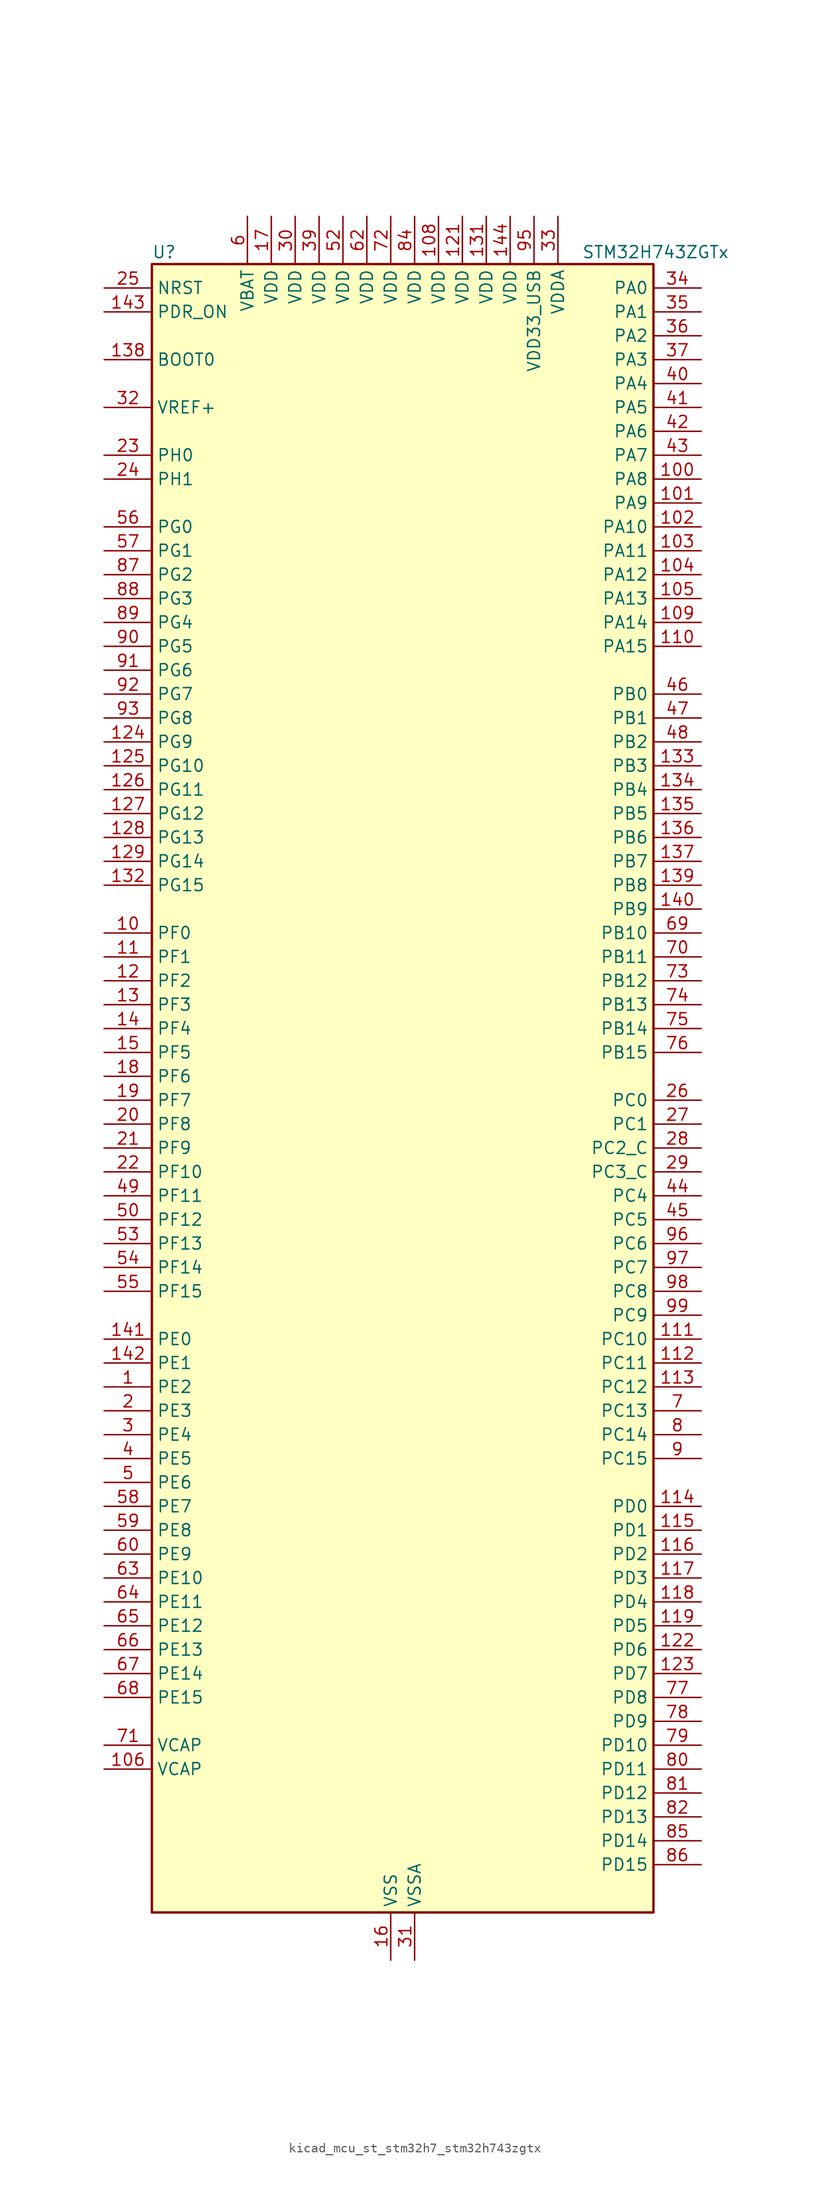
<source format=kicad_sym>
(kicad_symbol_lib
  (version 20220914)
  (generator kicad_symbol_editor)
  (symbol "kicad_mcu_st_stm32h7_stm32h743zgtx"
    (property "Reference" "U"
      (at -25.4 90.17 0)
      (effects (font (size 1.27 1.27)) (justify left)))
    (property "Value" "STM32H743ZGTx"
      (at 20.32 90.17 0)
      (effects (font (size 1.27 1.27)) (justify left)))
    (property "ki_locked" ""
      (at 0 0 0)
      (effects (font (size 1.27 1.27))))
    (symbol "kicad_mcu_st_stm32h7_stm32h743zgtx_0_1"
      (rectangle (start -25.4 -86.36) (end 27.94 88.9) (stroke (width 0.254) (type default)) (fill (type background))))
    (symbol "kicad_mcu_st_stm32h7_stm32h743zgtx_1_1"
      (pin bidirectional line (at -30.48 -30.48 0) (length 5.08) (name "PE2" (effects (font (size 1.27 1.27)))) (number "1" (effects (font (size 1.27 1.27)))) (alternate "DEBUG_TRACECLK" bidirectional line) (alternate "ETH_TXD3" bidirectional line) (alternate "FMC_A23" bidirectional line) (alternate "QUADSPI_BK1_IO2" bidirectional line) (alternate "SAI1_CK1" bidirectional line) (alternate "SAI1_MCLK_A" bidirectional line) (alternate "SAI4_CK1" bidirectional line) (alternate "SAI4_MCLK_A" bidirectional line) (alternate "SPI4_SCK" bidirectional line))
      (pin bidirectional line (at -30.48 17.78 0) (length 5.08) (name "PF0" (effects (font (size 1.27 1.27)))) (number "10" (effects (font (size 1.27 1.27)))) (alternate "FMC_A0" bidirectional line) (alternate "I2C2_SDA" bidirectional line))
      (pin bidirectional line (at 33.02 66.04 180) (length 5.08) (name "PA8" (effects (font (size 1.27 1.27)))) (number "100" (effects (font (size 1.27 1.27)))) (alternate "HRTIM_CHB2" bidirectional line) (alternate "I2C3_SCL" bidirectional line) (alternate "LTDC_B3" bidirectional line) (alternate "LTDC_R6" bidirectional line) (alternate "RCC_MCO_1" bidirectional line) (alternate "TIM1_CH1" bidirectional line) (alternate "TIM8_BKIN2" bidirectional line) (alternate "TIM8_BKIN2_COMP1" bidirectional line) (alternate "TIM8_BKIN2_COMP2" bidirectional line) (alternate "UART7_RX" bidirectional line) (alternate "USART1_CK" bidirectional line) (alternate "USB_OTG_FS_SOF" bidirectional line))
      (pin bidirectional line (at 33.02 63.5 180) (length 5.08) (name "PA9" (effects (font (size 1.27 1.27)))) (number "101" (effects (font (size 1.27 1.27)))) (alternate "DAC1_EXTI9" bidirectional line) (alternate "DCMI_D0" bidirectional line) (alternate "HRTIM_CHC1" bidirectional line) (alternate "I2C3_SMBA" bidirectional line) (alternate "I2S2_CK" bidirectional line) (alternate "LPUART1_TX" bidirectional line) (alternate "LTDC_R5" bidirectional line) (alternate "SPI2_SCK" bidirectional line) (alternate "TIM1_CH2" bidirectional line) (alternate "USART1_TX" bidirectional line) (alternate "USB_OTG_FS_VBUS" bidirectional line))
      (pin bidirectional line (at 33.02 60.96 180) (length 5.08) (name "PA10" (effects (font (size 1.27 1.27)))) (number "102" (effects (font (size 1.27 1.27)))) (alternate "DCMI_D1" bidirectional line) (alternate "HRTIM_CHC2" bidirectional line) (alternate "LPUART1_RX" bidirectional line) (alternate "LTDC_B1" bidirectional line) (alternate "LTDC_B4" bidirectional line) (alternate "MDIOS_MDIO" bidirectional line) (alternate "TIM1_CH3" bidirectional line) (alternate "USART1_RX" bidirectional line) (alternate "USB_OTG_FS_ID" bidirectional line))
      (pin bidirectional line (at 33.02 58.42 180) (length 5.08) (name "PA11" (effects (font (size 1.27 1.27)))) (number "103" (effects (font (size 1.27 1.27)))) (alternate "ADC1_EXTI11" bidirectional line) (alternate "ADC2_EXTI11" bidirectional line) (alternate "ADC3_EXTI11" bidirectional line) (alternate "FDCAN1_RX" bidirectional line) (alternate "HRTIM_CHD1" bidirectional line) (alternate "I2S2_WS" bidirectional line) (alternate "LPUART1_CTS" bidirectional line) (alternate "LTDC_R4" bidirectional line) (alternate "SPI2_NSS" bidirectional line) (alternate "TIM1_CH4" bidirectional line) (alternate "UART4_RX" bidirectional line) (alternate "USART1_CTS" bidirectional line) (alternate "USART1_NSS" bidirectional line) (alternate "USB_OTG_FS_DM" bidirectional line))
      (pin bidirectional line (at 33.02 55.88 180) (length 5.08) (name "PA12" (effects (font (size 1.27 1.27)))) (number "104" (effects (font (size 1.27 1.27)))) (alternate "FDCAN1_TX" bidirectional line) (alternate "HRTIM_CHD2" bidirectional line) (alternate "I2S2_CK" bidirectional line) (alternate "LPUART1_DE" bidirectional line) (alternate "LPUART1_RTS" bidirectional line) (alternate "LTDC_R5" bidirectional line) (alternate "SAI2_FS_B" bidirectional line) (alternate "SPI2_SCK" bidirectional line) (alternate "TIM1_ETR" bidirectional line) (alternate "UART4_TX" bidirectional line) (alternate "USART1_DE" bidirectional line) (alternate "USART1_RTS" bidirectional line) (alternate "USB_OTG_FS_DP" bidirectional line))
      (pin bidirectional line (at 33.02 53.34 180) (length 5.08) (name "PA13" (effects (font (size 1.27 1.27)))) (number "105" (effects (font (size 1.27 1.27)))) (alternate "DEBUG_JTMS-SWDIO" bidirectional line))
      (pin power_out line (at -30.48 -71.12 0) (length 5.08) (name "VCAP" (effects (font (size 1.27 1.27)))) (number "106" (effects (font (size 1.27 1.27)))))
      (pin passive line (at 0 -91.44 90) (length 5.08) hide (name "VSS" (effects (font (size 1.27 1.27)))) (number "107" (effects (font (size 1.27 1.27)))))
      (pin power_in line (at 5.08 93.98 270) (length 5.08) (name "VDD" (effects (font (size 1.27 1.27)))) (number "108" (effects (font (size 1.27 1.27)))))
      (pin bidirectional line (at 33.02 50.8 180) (length 5.08) (name "PA14" (effects (font (size 1.27 1.27)))) (number "109" (effects (font (size 1.27 1.27)))) (alternate "DEBUG_JTCK-SWCLK" bidirectional line))
      (pin bidirectional line (at -30.48 15.24 0) (length 5.08) (name "PF1" (effects (font (size 1.27 1.27)))) (number "11" (effects (font (size 1.27 1.27)))) (alternate "FMC_A1" bidirectional line) (alternate "I2C2_SCL" bidirectional line))
      (pin bidirectional line (at 33.02 48.26 180) (length 5.08) (name "PA15" (effects (font (size 1.27 1.27)))) (number "110" (effects (font (size 1.27 1.27)))) (alternate "ADC1_EXTI15" bidirectional line) (alternate "ADC2_EXTI15" bidirectional line) (alternate "ADC3_EXTI15" bidirectional line) (alternate "CEC" bidirectional line) (alternate "DEBUG_JTDI" bidirectional line) (alternate "HRTIM_FLT1" bidirectional line) (alternate "I2S1_WS" bidirectional line) (alternate "I2S3_WS" bidirectional line) (alternate "SPI1_NSS" bidirectional line) (alternate "SPI3_NSS" bidirectional line) (alternate "SPI6_NSS" bidirectional line) (alternate "TIM2_CH1" bidirectional line) (alternate "TIM2_ETR" bidirectional line) (alternate "UART4_DE" bidirectional line) (alternate "UART4_RTS" bidirectional line) (alternate "UART7_TX" bidirectional line))
      (pin bidirectional line (at 33.02 -25.4 180) (length 5.08) (name "PC10" (effects (font (size 1.27 1.27)))) (number "111" (effects (font (size 1.27 1.27)))) (alternate "DCMI_D8" bidirectional line) (alternate "DFSDM1_CKIN5" bidirectional line) (alternate "HRTIM_EEV1" bidirectional line) (alternate "I2S3_CK" bidirectional line) (alternate "LTDC_R2" bidirectional line) (alternate "QUADSPI_BK1_IO1" bidirectional line) (alternate "SDMMC1_D2" bidirectional line) (alternate "SPI3_SCK" bidirectional line) (alternate "UART4_TX" bidirectional line) (alternate "USART3_TX" bidirectional line))
      (pin bidirectional line (at 33.02 -27.94 180) (length 5.08) (name "PC11" (effects (font (size 1.27 1.27)))) (number "112" (effects (font (size 1.27 1.27)))) (alternate "ADC1_EXTI11" bidirectional line) (alternate "ADC2_EXTI11" bidirectional line) (alternate "ADC3_EXTI11" bidirectional line) (alternate "DCMI_D4" bidirectional line) (alternate "DFSDM1_DATIN5" bidirectional line) (alternate "HRTIM_FLT2" bidirectional line) (alternate "I2S3_SDI" bidirectional line) (alternate "QUADSPI_BK2_NCS" bidirectional line) (alternate "SDMMC1_D3" bidirectional line) (alternate "SPI3_MISO" bidirectional line) (alternate "UART4_RX" bidirectional line) (alternate "USART3_RX" bidirectional line))
      (pin bidirectional line (at 33.02 -30.48 180) (length 5.08) (name "PC12" (effects (font (size 1.27 1.27)))) (number "113" (effects (font (size 1.27 1.27)))) (alternate "DCMI_D9" bidirectional line) (alternate "DEBUG_TRACED3" bidirectional line) (alternate "HRTIM_EEV2" bidirectional line) (alternate "I2S3_SDO" bidirectional line) (alternate "SDMMC1_CK" bidirectional line) (alternate "SPI3_MOSI" bidirectional line) (alternate "UART5_TX" bidirectional line) (alternate "USART3_CK" bidirectional line))
      (pin bidirectional line (at 33.02 -43.18 180) (length 5.08) (name "PD0" (effects (font (size 1.27 1.27)))) (number "114" (effects (font (size 1.27 1.27)))) (alternate "DFSDM1_CKIN6" bidirectional line) (alternate "FDCAN1_RX" bidirectional line) (alternate "FMC_D2" bidirectional line) (alternate "FMC_DA2" bidirectional line) (alternate "SAI3_SCK_A" bidirectional line) (alternate "UART4_RX" bidirectional line))
      (pin bidirectional line (at 33.02 -45.72 180) (length 5.08) (name "PD1" (effects (font (size 1.27 1.27)))) (number "115" (effects (font (size 1.27 1.27)))) (alternate "DFSDM1_DATIN6" bidirectional line) (alternate "FDCAN1_TX" bidirectional line) (alternate "FMC_D3" bidirectional line) (alternate "FMC_DA3" bidirectional line) (alternate "SAI3_SD_A" bidirectional line) (alternate "UART4_TX" bidirectional line))
      (pin bidirectional line (at 33.02 -48.26 180) (length 5.08) (name "PD2" (effects (font (size 1.27 1.27)))) (number "116" (effects (font (size 1.27 1.27)))) (alternate "DCMI_D11" bidirectional line) (alternate "DEBUG_TRACED2" bidirectional line) (alternate "SDMMC1_CMD" bidirectional line) (alternate "TIM3_ETR" bidirectional line) (alternate "UART5_RX" bidirectional line))
      (pin bidirectional line (at 33.02 -50.8 180) (length 5.08) (name "PD3" (effects (font (size 1.27 1.27)))) (number "117" (effects (font (size 1.27 1.27)))) (alternate "DCMI_D5" bidirectional line) (alternate "DFSDM1_CKOUT" bidirectional line) (alternate "FMC_CLK" bidirectional line) (alternate "I2S2_CK" bidirectional line) (alternate "LTDC_G7" bidirectional line) (alternate "SPI2_SCK" bidirectional line) (alternate "USART2_CTS" bidirectional line) (alternate "USART2_NSS" bidirectional line))
      (pin bidirectional line (at 33.02 -53.34 180) (length 5.08) (name "PD4" (effects (font (size 1.27 1.27)))) (number "118" (effects (font (size 1.27 1.27)))) (alternate "FMC_NOE" bidirectional line) (alternate "HRTIM_FLT3" bidirectional line) (alternate "SAI3_FS_A" bidirectional line) (alternate "USART2_DE" bidirectional line) (alternate "USART2_RTS" bidirectional line))
      (pin bidirectional line (at 33.02 -55.88 180) (length 5.08) (name "PD5" (effects (font (size 1.27 1.27)))) (number "119" (effects (font (size 1.27 1.27)))) (alternate "FMC_NWE" bidirectional line) (alternate "HRTIM_EEV3" bidirectional line) (alternate "USART2_TX" bidirectional line))
      (pin bidirectional line (at -30.48 12.7 0) (length 5.08) (name "PF2" (effects (font (size 1.27 1.27)))) (number "12" (effects (font (size 1.27 1.27)))) (alternate "FMC_A2" bidirectional line) (alternate "I2C2_SMBA" bidirectional line))
      (pin passive line (at 0 -91.44 90) (length 5.08) hide (name "VSS" (effects (font (size 1.27 1.27)))) (number "120" (effects (font (size 1.27 1.27)))))
      (pin power_in line (at 7.62 93.98 270) (length 5.08) (name "VDD" (effects (font (size 1.27 1.27)))) (number "121" (effects (font (size 1.27 1.27)))))
      (pin bidirectional line (at 33.02 -58.42 180) (length 5.08) (name "PD6" (effects (font (size 1.27 1.27)))) (number "122" (effects (font (size 1.27 1.27)))) (alternate "DCMI_D10" bidirectional line) (alternate "DFSDM1_CKIN4" bidirectional line) (alternate "DFSDM1_DATIN1" bidirectional line) (alternate "FMC_NWAIT" bidirectional line) (alternate "I2S3_SDO" bidirectional line) (alternate "LTDC_B2" bidirectional line) (alternate "SAI1_D1" bidirectional line) (alternate "SAI1_SD_A" bidirectional line) (alternate "SAI4_D1" bidirectional line) (alternate "SAI4_SD_A" bidirectional line) (alternate "SDMMC2_CK" bidirectional line) (alternate "SPI3_MOSI" bidirectional line) (alternate "USART2_RX" bidirectional line))
      (pin bidirectional line (at 33.02 -60.96 180) (length 5.08) (name "PD7" (effects (font (size 1.27 1.27)))) (number "123" (effects (font (size 1.27 1.27)))) (alternate "DFSDM1_CKIN1" bidirectional line) (alternate "DFSDM1_DATIN4" bidirectional line) (alternate "FMC_NE1" bidirectional line) (alternate "I2S1_SDO" bidirectional line) (alternate "SDMMC2_CMD" bidirectional line) (alternate "SPDIFRX1_IN0" bidirectional line) (alternate "SPI1_MOSI" bidirectional line) (alternate "USART2_CK" bidirectional line))
      (pin bidirectional line (at -30.48 38.1 0) (length 5.08) (name "PG9" (effects (font (size 1.27 1.27)))) (number "124" (effects (font (size 1.27 1.27)))) (alternate "DAC1_EXTI9" bidirectional line) (alternate "DCMI_VSYNC" bidirectional line) (alternate "FMC_NCE" bidirectional line) (alternate "FMC_NE2" bidirectional line) (alternate "I2S1_SDI" bidirectional line) (alternate "QUADSPI_BK2_IO2" bidirectional line) (alternate "SAI2_FS_B" bidirectional line) (alternate "SPDIFRX1_IN3" bidirectional line) (alternate "SPI1_MISO" bidirectional line) (alternate "USART6_RX" bidirectional line))
      (pin bidirectional line (at -30.48 35.56 0) (length 5.08) (name "PG10" (effects (font (size 1.27 1.27)))) (number "125" (effects (font (size 1.27 1.27)))) (alternate "DCMI_D2" bidirectional line) (alternate "FMC_NE3" bidirectional line) (alternate "HRTIM_FLT5" bidirectional line) (alternate "I2S1_WS" bidirectional line) (alternate "LTDC_B2" bidirectional line) (alternate "LTDC_G3" bidirectional line) (alternate "SAI2_SD_B" bidirectional line) (alternate "SPI1_NSS" bidirectional line))
      (pin bidirectional line (at -30.48 33.02 0) (length 5.08) (name "PG11" (effects (font (size 1.27 1.27)))) (number "126" (effects (font (size 1.27 1.27)))) (alternate "ADC1_EXTI11" bidirectional line) (alternate "ADC2_EXTI11" bidirectional line) (alternate "ADC3_EXTI11" bidirectional line) (alternate "DCMI_D3" bidirectional line) (alternate "ETH_TX_EN" bidirectional line) (alternate "HRTIM_EEV4" bidirectional line) (alternate "I2S1_CK" bidirectional line) (alternate "LPTIM1_IN2" bidirectional line) (alternate "LTDC_B3" bidirectional line) (alternate "SDMMC2_D2" bidirectional line) (alternate "SPDIFRX1_IN0" bidirectional line) (alternate "SPI1_SCK" bidirectional line))
      (pin bidirectional line (at -30.48 30.48 0) (length 5.08) (name "PG12" (effects (font (size 1.27 1.27)))) (number "127" (effects (font (size 1.27 1.27)))) (alternate "ETH_TXD1" bidirectional line) (alternate "FMC_NE4" bidirectional line) (alternate "HRTIM_EEV5" bidirectional line) (alternate "LPTIM1_IN1" bidirectional line) (alternate "LTDC_B1" bidirectional line) (alternate "LTDC_B4" bidirectional line) (alternate "SPDIFRX1_IN1" bidirectional line) (alternate "SPI6_MISO" bidirectional line) (alternate "USART6_DE" bidirectional line) (alternate "USART6_RTS" bidirectional line))
      (pin bidirectional line (at -30.48 27.94 0) (length 5.08) (name "PG13" (effects (font (size 1.27 1.27)))) (number "128" (effects (font (size 1.27 1.27)))) (alternate "DEBUG_TRACED0" bidirectional line) (alternate "ETH_TXD0" bidirectional line) (alternate "FMC_A24" bidirectional line) (alternate "HRTIM_EEV10" bidirectional line) (alternate "LPTIM1_OUT" bidirectional line) (alternate "LTDC_R0" bidirectional line) (alternate "SPI6_SCK" bidirectional line) (alternate "USART6_CTS" bidirectional line) (alternate "USART6_NSS" bidirectional line))
      (pin bidirectional line (at -30.48 25.4 0) (length 5.08) (name "PG14" (effects (font (size 1.27 1.27)))) (number "129" (effects (font (size 1.27 1.27)))) (alternate "DEBUG_TRACED1" bidirectional line) (alternate "ETH_TXD1" bidirectional line) (alternate "FMC_A25" bidirectional line) (alternate "LPTIM1_ETR" bidirectional line) (alternate "LTDC_B0" bidirectional line) (alternate "QUADSPI_BK2_IO3" bidirectional line) (alternate "SPI6_MOSI" bidirectional line) (alternate "USART6_TX" bidirectional line))
      (pin bidirectional line (at -30.48 10.16 0) (length 5.08) (name "PF3" (effects (font (size 1.27 1.27)))) (number "13" (effects (font (size 1.27 1.27)))) (alternate "ADC3_INP5" bidirectional line) (alternate "FMC_A3" bidirectional line))
      (pin passive line (at 0 -91.44 90) (length 5.08) hide (name "VSS" (effects (font (size 1.27 1.27)))) (number "130" (effects (font (size 1.27 1.27)))))
      (pin power_in line (at 10.16 93.98 270) (length 5.08) (name "VDD" (effects (font (size 1.27 1.27)))) (number "131" (effects (font (size 1.27 1.27)))))
      (pin bidirectional line (at -30.48 22.86 0) (length 5.08) (name "PG15" (effects (font (size 1.27 1.27)))) (number "132" (effects (font (size 1.27 1.27)))) (alternate "ADC1_EXTI15" bidirectional line) (alternate "ADC2_EXTI15" bidirectional line) (alternate "ADC3_EXTI15" bidirectional line) (alternate "DCMI_D13" bidirectional line) (alternate "FMC_SDNCAS" bidirectional line) (alternate "USART6_CTS" bidirectional line) (alternate "USART6_NSS" bidirectional line))
      (pin bidirectional line (at 33.02 35.56 180) (length 5.08) (name "PB3" (effects (font (size 1.27 1.27)))) (number "133" (effects (font (size 1.27 1.27)))) (alternate "CRS_SYNC" bidirectional line) (alternate "DEBUG_JTDO-SWO" bidirectional line) (alternate "HRTIM_FLT4" bidirectional line) (alternate "I2S1_CK" bidirectional line) (alternate "I2S3_CK" bidirectional line) (alternate "SDMMC2_D2" bidirectional line) (alternate "SPI1_SCK" bidirectional line) (alternate "SPI3_SCK" bidirectional line) (alternate "SPI6_SCK" bidirectional line) (alternate "TIM2_CH2" bidirectional line) (alternate "UART7_RX" bidirectional line))
      (pin bidirectional line (at 33.02 33.02 180) (length 5.08) (name "PB4" (effects (font (size 1.27 1.27)))) (number "134" (effects (font (size 1.27 1.27)))) (alternate "DEBUG_JTRST" bidirectional line) (alternate "HRTIM_EEV6" bidirectional line) (alternate "I2S1_SDI" bidirectional line) (alternate "I2S2_WS" bidirectional line) (alternate "I2S3_SDI" bidirectional line) (alternate "SDMMC2_D3" bidirectional line) (alternate "SPI1_MISO" bidirectional line) (alternate "SPI2_NSS" bidirectional line) (alternate "SPI3_MISO" bidirectional line) (alternate "SPI6_MISO" bidirectional line) (alternate "TIM16_BKIN" bidirectional line) (alternate "TIM3_CH1" bidirectional line) (alternate "UART7_TX" bidirectional line))
      (pin bidirectional line (at 33.02 30.48 180) (length 5.08) (name "PB5" (effects (font (size 1.27 1.27)))) (number "135" (effects (font (size 1.27 1.27)))) (alternate "DCMI_D10" bidirectional line) (alternate "ETH_PPS_OUT" bidirectional line) (alternate "FDCAN2_RX" bidirectional line) (alternate "FMC_SDCKE1" bidirectional line) (alternate "HRTIM_EEV7" bidirectional line) (alternate "I2C1_SMBA" bidirectional line) (alternate "I2C4_SMBA" bidirectional line) (alternate "I2S1_SDO" bidirectional line) (alternate "I2S3_SDO" bidirectional line) (alternate "SPI1_MOSI" bidirectional line) (alternate "SPI3_MOSI" bidirectional line) (alternate "SPI6_MOSI" bidirectional line) (alternate "TIM17_BKIN" bidirectional line) (alternate "TIM3_CH2" bidirectional line) (alternate "UART5_RX" bidirectional line) (alternate "USB_OTG_HS_ULPI_D7" bidirectional line))
      (pin bidirectional line (at 33.02 27.94 180) (length 5.08) (name "PB6" (effects (font (size 1.27 1.27)))) (number "136" (effects (font (size 1.27 1.27)))) (alternate "CEC" bidirectional line) (alternate "DCMI_D5" bidirectional line) (alternate "DFSDM1_DATIN5" bidirectional line) (alternate "FDCAN2_TX" bidirectional line) (alternate "FMC_SDNE1" bidirectional line) (alternate "HRTIM_EEV8" bidirectional line) (alternate "I2C1_SCL" bidirectional line) (alternate "I2C4_SCL" bidirectional line) (alternate "LPUART1_TX" bidirectional line) (alternate "QUADSPI_BK1_NCS" bidirectional line) (alternate "TIM16_CH1N" bidirectional line) (alternate "TIM4_CH1" bidirectional line) (alternate "UART5_TX" bidirectional line) (alternate "USART1_TX" bidirectional line))
      (pin bidirectional line (at 33.02 25.4 180) (length 5.08) (name "PB7" (effects (font (size 1.27 1.27)))) (number "137" (effects (font (size 1.27 1.27)))) (alternate "DCMI_VSYNC" bidirectional line) (alternate "DFSDM1_CKIN5" bidirectional line) (alternate "FMC_NL" bidirectional line) (alternate "HRTIM_EEV9" bidirectional line) (alternate "I2C1_SDA" bidirectional line) (alternate "I2C4_SDA" bidirectional line) (alternate "LPUART1_RX" bidirectional line) (alternate "PWR_PVD_IN" bidirectional line) (alternate "TIM17_CH1N" bidirectional line) (alternate "TIM4_CH2" bidirectional line) (alternate "USART1_RX" bidirectional line))
      (pin input line (at -30.48 78.74 0) (length 5.08) (name "BOOT0" (effects (font (size 1.27 1.27)))) (number "138" (effects (font (size 1.27 1.27)))))
      (pin bidirectional line (at 33.02 22.86 180) (length 5.08) (name "PB8" (effects (font (size 1.27 1.27)))) (number "139" (effects (font (size 1.27 1.27)))) (alternate "DCMI_D6" bidirectional line) (alternate "DFSDM1_CKIN7" bidirectional line) (alternate "ETH_TXD3" bidirectional line) (alternate "FDCAN1_RX" bidirectional line) (alternate "I2C1_SCL" bidirectional line) (alternate "I2C4_SCL" bidirectional line) (alternate "LTDC_B6" bidirectional line) (alternate "SDMMC1_CKIN" bidirectional line) (alternate "SDMMC1_D4" bidirectional line) (alternate "SDMMC2_D4" bidirectional line) (alternate "TIM16_CH1" bidirectional line) (alternate "TIM4_CH3" bidirectional line) (alternate "UART4_RX" bidirectional line))
      (pin bidirectional line (at -30.48 7.62 0) (length 5.08) (name "PF4" (effects (font (size 1.27 1.27)))) (number "14" (effects (font (size 1.27 1.27)))) (alternate "ADC3_INN5" bidirectional line) (alternate "ADC3_INP9" bidirectional line) (alternate "FMC_A4" bidirectional line))
      (pin bidirectional line (at 33.02 20.32 180) (length 5.08) (name "PB9" (effects (font (size 1.27 1.27)))) (number "140" (effects (font (size 1.27 1.27)))) (alternate "DAC1_EXTI9" bidirectional line) (alternate "DCMI_D7" bidirectional line) (alternate "DFSDM1_DATIN7" bidirectional line) (alternate "FDCAN1_TX" bidirectional line) (alternate "I2C1_SDA" bidirectional line) (alternate "I2C4_SDA" bidirectional line) (alternate "I2C4_SMBA" bidirectional line) (alternate "I2S2_WS" bidirectional line) (alternate "LTDC_B7" bidirectional line) (alternate "SDMMC1_CDIR" bidirectional line) (alternate "SDMMC1_D5" bidirectional line) (alternate "SDMMC2_D5" bidirectional line) (alternate "SPI2_NSS" bidirectional line) (alternate "TIM17_CH1" bidirectional line) (alternate "TIM4_CH4" bidirectional line) (alternate "UART4_TX" bidirectional line))
      (pin bidirectional line (at -30.48 -25.4 0) (length 5.08) (name "PE0" (effects (font (size 1.27 1.27)))) (number "141" (effects (font (size 1.27 1.27)))) (alternate "DCMI_D2" bidirectional line) (alternate "FMC_NBL0" bidirectional line) (alternate "HRTIM_SCIN" bidirectional line) (alternate "LPTIM1_ETR" bidirectional line) (alternate "LPTIM2_ETR" bidirectional line) (alternate "SAI2_MCLK_A" bidirectional line) (alternate "TIM4_ETR" bidirectional line) (alternate "UART8_RX" bidirectional line))
      (pin bidirectional line (at -30.48 -27.94 0) (length 5.08) (name "PE1" (effects (font (size 1.27 1.27)))) (number "142" (effects (font (size 1.27 1.27)))) (alternate "DCMI_D3" bidirectional line) (alternate "FMC_NBL1" bidirectional line) (alternate "HRTIM_SCOUT" bidirectional line) (alternate "LPTIM1_IN2" bidirectional line) (alternate "UART8_TX" bidirectional line))
      (pin input line (at -30.48 83.82 0) (length 5.08) (name "PDR_ON" (effects (font (size 1.27 1.27)))) (number "143" (effects (font (size 1.27 1.27)))))
      (pin power_in line (at 12.7 93.98 270) (length 5.08) (name "VDD" (effects (font (size 1.27 1.27)))) (number "144" (effects (font (size 1.27 1.27)))))
      (pin bidirectional line (at -30.48 5.08 0) (length 5.08) (name "PF5" (effects (font (size 1.27 1.27)))) (number "15" (effects (font (size 1.27 1.27)))) (alternate "ADC3_INP4" bidirectional line) (alternate "FMC_A5" bidirectional line))
      (pin power_in line (at 0 -91.44 90) (length 5.08) (name "VSS" (effects (font (size 1.27 1.27)))) (number "16" (effects (font (size 1.27 1.27)))))
      (pin power_in line (at -12.7 93.98 270) (length 5.08) (name "VDD" (effects (font (size 1.27 1.27)))) (number "17" (effects (font (size 1.27 1.27)))))
      (pin bidirectional line (at -30.48 2.54 0) (length 5.08) (name "PF6" (effects (font (size 1.27 1.27)))) (number "18" (effects (font (size 1.27 1.27)))) (alternate "ADC3_INN4" bidirectional line) (alternate "ADC3_INP8" bidirectional line) (alternate "QUADSPI_BK1_IO3" bidirectional line) (alternate "SAI1_SD_B" bidirectional line) (alternate "SAI4_SD_B" bidirectional line) (alternate "SPI5_NSS" bidirectional line) (alternate "TIM16_CH1" bidirectional line) (alternate "UART7_RX" bidirectional line))
      (pin bidirectional line (at -30.48 0 0) (length 5.08) (name "PF7" (effects (font (size 1.27 1.27)))) (number "19" (effects (font (size 1.27 1.27)))) (alternate "ADC3_INP3" bidirectional line) (alternate "QUADSPI_BK1_IO2" bidirectional line) (alternate "SAI1_MCLK_B" bidirectional line) (alternate "SAI4_MCLK_B" bidirectional line) (alternate "SPI5_SCK" bidirectional line) (alternate "TIM17_CH1" bidirectional line) (alternate "UART7_TX" bidirectional line))
      (pin bidirectional line (at -30.48 -33.02 0) (length 5.08) (name "PE3" (effects (font (size 1.27 1.27)))) (number "2" (effects (font (size 1.27 1.27)))) (alternate "DEBUG_TRACED0" bidirectional line) (alternate "FMC_A19" bidirectional line) (alternate "SAI1_SD_B" bidirectional line) (alternate "SAI4_SD_B" bidirectional line) (alternate "TIM15_BKIN" bidirectional line))
      (pin bidirectional line (at -30.48 -2.54 0) (length 5.08) (name "PF8" (effects (font (size 1.27 1.27)))) (number "20" (effects (font (size 1.27 1.27)))) (alternate "ADC3_INN3" bidirectional line) (alternate "ADC3_INP7" bidirectional line) (alternate "QUADSPI_BK1_IO0" bidirectional line) (alternate "SAI1_SCK_B" bidirectional line) (alternate "SAI4_SCK_B" bidirectional line) (alternate "SPI5_MISO" bidirectional line) (alternate "TIM13_CH1" bidirectional line) (alternate "TIM16_CH1N" bidirectional line) (alternate "UART7_DE" bidirectional line) (alternate "UART7_RTS" bidirectional line))
      (pin bidirectional line (at -30.48 -5.08 0) (length 5.08) (name "PF9" (effects (font (size 1.27 1.27)))) (number "21" (effects (font (size 1.27 1.27)))) (alternate "ADC3_INP2" bidirectional line) (alternate "DAC1_EXTI9" bidirectional line) (alternate "QUADSPI_BK1_IO1" bidirectional line) (alternate "SAI1_FS_B" bidirectional line) (alternate "SAI4_FS_B" bidirectional line) (alternate "SPI5_MOSI" bidirectional line) (alternate "TIM14_CH1" bidirectional line) (alternate "TIM17_CH1N" bidirectional line) (alternate "UART7_CTS" bidirectional line))
      (pin bidirectional line (at -30.48 -7.62 0) (length 5.08) (name "PF10" (effects (font (size 1.27 1.27)))) (number "22" (effects (font (size 1.27 1.27)))) (alternate "ADC3_INN2" bidirectional line) (alternate "ADC3_INP6" bidirectional line) (alternate "DCMI_D11" bidirectional line) (alternate "LTDC_DE" bidirectional line) (alternate "QUADSPI_CLK" bidirectional line) (alternate "SAI1_D3" bidirectional line) (alternate "SAI4_D3" bidirectional line) (alternate "TIM16_BKIN" bidirectional line))
      (pin bidirectional line (at -30.48 68.58 0) (length 5.08) (name "PH0" (effects (font (size 1.27 1.27)))) (number "23" (effects (font (size 1.27 1.27)))) (alternate "RCC_OSC_IN" bidirectional line))
      (pin bidirectional line (at -30.48 66.04 0) (length 5.08) (name "PH1" (effects (font (size 1.27 1.27)))) (number "24" (effects (font (size 1.27 1.27)))) (alternate "RCC_OSC_OUT" bidirectional line))
      (pin input line (at -30.48 86.36 0) (length 5.08) (name "NRST" (effects (font (size 1.27 1.27)))) (number "25" (effects (font (size 1.27 1.27)))))
      (pin bidirectional line (at 33.02 0 180) (length 5.08) (name "PC0" (effects (font (size 1.27 1.27)))) (number "26" (effects (font (size 1.27 1.27)))) (alternate "ADC1_INP10" bidirectional line) (alternate "ADC2_INP10" bidirectional line) (alternate "ADC3_INP10" bidirectional line) (alternate "DFSDM1_CKIN0" bidirectional line) (alternate "DFSDM1_DATIN4" bidirectional line) (alternate "FMC_SDNWE" bidirectional line) (alternate "LTDC_R5" bidirectional line) (alternate "SAI2_FS_B" bidirectional line) (alternate "USB_OTG_HS_ULPI_STP" bidirectional line))
      (pin bidirectional line (at 33.02 -2.54 180) (length 5.08) (name "PC1" (effects (font (size 1.27 1.27)))) (number "27" (effects (font (size 1.27 1.27)))) (alternate "ADC1_INN10" bidirectional line) (alternate "ADC1_INP11" bidirectional line) (alternate "ADC2_INN10" bidirectional line) (alternate "ADC2_INP11" bidirectional line) (alternate "ADC3_INN10" bidirectional line) (alternate "ADC3_INP11" bidirectional line) (alternate "DEBUG_TRACED0" bidirectional line) (alternate "DFSDM1_CKIN4" bidirectional line) (alternate "DFSDM1_DATIN0" bidirectional line) (alternate "ETH_MDC" bidirectional line) (alternate "I2S2_SDO" bidirectional line) (alternate "MDIOS_MDC" bidirectional line) (alternate "PWR_WKUP5" bidirectional line) (alternate "RTC_TAMP3" bidirectional line) (alternate "SAI1_D1" bidirectional line) (alternate "SAI1_SD_A" bidirectional line) (alternate "SAI4_D1" bidirectional line) (alternate "SAI4_SD_A" bidirectional line) (alternate "SDMMC2_CK" bidirectional line) (alternate "SPI2_MOSI" bidirectional line))
      (pin bidirectional line (at 33.02 -5.08 180) (length 5.08) (name "PC2_C" (effects (font (size 1.27 1.27)))) (number "28" (effects (font (size 1.27 1.27)))) (alternate "ADC3_INN1" bidirectional line) (alternate "ADC3_INP0" bidirectional line) (alternate "DFSDM1_CKIN1" bidirectional line) (alternate "DFSDM1_CKOUT" bidirectional line) (alternate "ETH_TXD2" bidirectional line) (alternate "FMC_SDNE0" bidirectional line) (alternate "I2S2_SDI" bidirectional line) (alternate "PWR_CSTOP" bidirectional line) (alternate "SPI2_MISO" bidirectional line) (alternate "USB_OTG_HS_ULPI_DIR" bidirectional line))
      (pin bidirectional line (at 33.02 -7.62 180) (length 5.08) (name "PC3_C" (effects (font (size 1.27 1.27)))) (number "29" (effects (font (size 1.27 1.27)))) (alternate "ADC3_INP1" bidirectional line) (alternate "DFSDM1_DATIN1" bidirectional line) (alternate "ETH_TX_CLK" bidirectional line) (alternate "FMC_SDCKE0" bidirectional line) (alternate "I2S2_SDO" bidirectional line) (alternate "PWR_CSLEEP" bidirectional line) (alternate "SPI2_MOSI" bidirectional line) (alternate "USB_OTG_HS_ULPI_NXT" bidirectional line))
      (pin bidirectional line (at -30.48 -35.56 0) (length 5.08) (name "PE4" (effects (font (size 1.27 1.27)))) (number "3" (effects (font (size 1.27 1.27)))) (alternate "DCMI_D4" bidirectional line) (alternate "DEBUG_TRACED1" bidirectional line) (alternate "DFSDM1_DATIN3" bidirectional line) (alternate "FMC_A20" bidirectional line) (alternate "LTDC_B0" bidirectional line) (alternate "SAI1_D2" bidirectional line) (alternate "SAI1_FS_A" bidirectional line) (alternate "SAI4_D2" bidirectional line) (alternate "SAI4_FS_A" bidirectional line) (alternate "SPI4_NSS" bidirectional line) (alternate "TIM15_CH1N" bidirectional line))
      (pin power_in line (at -10.16 93.98 270) (length 5.08) (name "VDD" (effects (font (size 1.27 1.27)))) (number "30" (effects (font (size 1.27 1.27)))))
      (pin power_in line (at 2.54 -91.44 90) (length 5.08) (name "VSSA" (effects (font (size 1.27 1.27)))) (number "31" (effects (font (size 1.27 1.27)))))
      (pin input line (at -30.48 73.66 0) (length 5.08) (name "VREF+" (effects (font (size 1.27 1.27)))) (number "32" (effects (font (size 1.27 1.27)))) (alternate "VREFBUF_OUT" bidirectional line))
      (pin power_in line (at 17.78 93.98 270) (length 5.08) (name "VDDA" (effects (font (size 1.27 1.27)))) (number "33" (effects (font (size 1.27 1.27)))))
      (pin bidirectional line (at 33.02 86.36 180) (length 5.08) (name "PA0" (effects (font (size 1.27 1.27)))) (number "34" (effects (font (size 1.27 1.27)))) (alternate "ADC1_INP16" bidirectional line) (alternate "ETH_CRS" bidirectional line) (alternate "PWR_WKUP0" bidirectional line) (alternate "SAI2_SD_B" bidirectional line) (alternate "SDMMC2_CMD" bidirectional line) (alternate "TIM15_BKIN" bidirectional line) (alternate "TIM2_CH1" bidirectional line) (alternate "TIM2_ETR" bidirectional line) (alternate "TIM5_CH1" bidirectional line) (alternate "TIM8_ETR" bidirectional line) (alternate "UART4_TX" bidirectional line) (alternate "USART2_CTS" bidirectional line) (alternate "USART2_NSS" bidirectional line))
      (pin bidirectional line (at 33.02 83.82 180) (length 5.08) (name "PA1" (effects (font (size 1.27 1.27)))) (number "35" (effects (font (size 1.27 1.27)))) (alternate "ADC1_INN16" bidirectional line) (alternate "ADC1_INP17" bidirectional line) (alternate "ETH_REF_CLK" bidirectional line) (alternate "ETH_RX_CLK" bidirectional line) (alternate "LPTIM3_OUT" bidirectional line) (alternate "LTDC_R2" bidirectional line) (alternate "QUADSPI_BK1_IO3" bidirectional line) (alternate "SAI2_MCLK_B" bidirectional line) (alternate "TIM15_CH1N" bidirectional line) (alternate "TIM2_CH2" bidirectional line) (alternate "TIM5_CH2" bidirectional line) (alternate "UART4_RX" bidirectional line) (alternate "USART2_DE" bidirectional line) (alternate "USART2_RTS" bidirectional line))
      (pin bidirectional line (at 33.02 81.28 180) (length 5.08) (name "PA2" (effects (font (size 1.27 1.27)))) (number "36" (effects (font (size 1.27 1.27)))) (alternate "ADC1_INP14" bidirectional line) (alternate "ADC2_INP14" bidirectional line) (alternate "ETH_MDIO" bidirectional line) (alternate "LPTIM4_OUT" bidirectional line) (alternate "LTDC_R1" bidirectional line) (alternate "MDIOS_MDIO" bidirectional line) (alternate "PWR_WKUP1" bidirectional line) (alternate "SAI2_SCK_B" bidirectional line) (alternate "TIM15_CH1" bidirectional line) (alternate "TIM2_CH3" bidirectional line) (alternate "TIM5_CH3" bidirectional line) (alternate "USART2_TX" bidirectional line))
      (pin bidirectional line (at 33.02 78.74 180) (length 5.08) (name "PA3" (effects (font (size 1.27 1.27)))) (number "37" (effects (font (size 1.27 1.27)))) (alternate "ADC1_INP15" bidirectional line) (alternate "ADC2_INP15" bidirectional line) (alternate "ETH_COL" bidirectional line) (alternate "LPTIM5_OUT" bidirectional line) (alternate "LTDC_B2" bidirectional line) (alternate "LTDC_B5" bidirectional line) (alternate "TIM15_CH2" bidirectional line) (alternate "TIM2_CH4" bidirectional line) (alternate "TIM5_CH4" bidirectional line) (alternate "USART2_RX" bidirectional line) (alternate "USB_OTG_HS_ULPI_D0" bidirectional line))
      (pin passive line (at 0 -91.44 90) (length 5.08) hide (name "VSS" (effects (font (size 1.27 1.27)))) (number "38" (effects (font (size 1.27 1.27)))))
      (pin power_in line (at -7.62 93.98 270) (length 5.08) (name "VDD" (effects (font (size 1.27 1.27)))) (number "39" (effects (font (size 1.27 1.27)))))
      (pin bidirectional line (at -30.48 -38.1 0) (length 5.08) (name "PE5" (effects (font (size 1.27 1.27)))) (number "4" (effects (font (size 1.27 1.27)))) (alternate "DCMI_D6" bidirectional line) (alternate "DEBUG_TRACED2" bidirectional line) (alternate "DFSDM1_CKIN3" bidirectional line) (alternate "FMC_A21" bidirectional line) (alternate "LTDC_G0" bidirectional line) (alternate "SAI1_CK2" bidirectional line) (alternate "SAI1_SCK_A" bidirectional line) (alternate "SAI4_CK2" bidirectional line) (alternate "SAI4_SCK_A" bidirectional line) (alternate "SPI4_MISO" bidirectional line) (alternate "TIM15_CH1" bidirectional line))
      (pin bidirectional line (at 33.02 76.2 180) (length 5.08) (name "PA4" (effects (font (size 1.27 1.27)))) (number "40" (effects (font (size 1.27 1.27)))) (alternate "ADC1_INP18" bidirectional line) (alternate "ADC2_INP18" bidirectional line) (alternate "DAC1_OUT1" bidirectional line) (alternate "DCMI_HSYNC" bidirectional line) (alternate "I2S1_WS" bidirectional line) (alternate "I2S3_WS" bidirectional line) (alternate "LTDC_VSYNC" bidirectional line) (alternate "SPI1_NSS" bidirectional line) (alternate "SPI3_NSS" bidirectional line) (alternate "SPI6_NSS" bidirectional line) (alternate "TIM5_ETR" bidirectional line) (alternate "USART2_CK" bidirectional line) (alternate "USB_OTG_HS_SOF" bidirectional line))
      (pin bidirectional line (at 33.02 73.66 180) (length 5.08) (name "PA5" (effects (font (size 1.27 1.27)))) (number "41" (effects (font (size 1.27 1.27)))) (alternate "ADC1_INN18" bidirectional line) (alternate "ADC1_INP19" bidirectional line) (alternate "ADC2_INN18" bidirectional line) (alternate "ADC2_INP19" bidirectional line) (alternate "DAC1_OUT2" bidirectional line) (alternate "I2S1_CK" bidirectional line) (alternate "LTDC_R4" bidirectional line) (alternate "PWR_NDSTOP2" bidirectional line) (alternate "SPI1_SCK" bidirectional line) (alternate "SPI6_SCK" bidirectional line) (alternate "TIM2_CH1" bidirectional line) (alternate "TIM2_ETR" bidirectional line) (alternate "TIM8_CH1N" bidirectional line) (alternate "USB_OTG_HS_ULPI_CK" bidirectional line))
      (pin bidirectional line (at 33.02 71.12 180) (length 5.08) (name "PA6" (effects (font (size 1.27 1.27)))) (number "42" (effects (font (size 1.27 1.27)))) (alternate "ADC1_INP3" bidirectional line) (alternate "ADC2_INP3" bidirectional line) (alternate "DCMI_PIXCLK" bidirectional line) (alternate "I2S1_SDI" bidirectional line) (alternate "LTDC_G2" bidirectional line) (alternate "MDIOS_MDC" bidirectional line) (alternate "SPI1_MISO" bidirectional line) (alternate "SPI6_MISO" bidirectional line) (alternate "TIM13_CH1" bidirectional line) (alternate "TIM1_BKIN" bidirectional line) (alternate "TIM1_BKIN_COMP1" bidirectional line) (alternate "TIM1_BKIN_COMP2" bidirectional line) (alternate "TIM3_CH1" bidirectional line) (alternate "TIM8_BKIN" bidirectional line) (alternate "TIM8_BKIN_COMP1" bidirectional line) (alternate "TIM8_BKIN_COMP2" bidirectional line))
      (pin bidirectional line (at 33.02 68.58 180) (length 5.08) (name "PA7" (effects (font (size 1.27 1.27)))) (number "43" (effects (font (size 1.27 1.27)))) (alternate "ADC1_INN3" bidirectional line) (alternate "ADC1_INP7" bidirectional line) (alternate "ADC2_INN3" bidirectional line) (alternate "ADC2_INP7" bidirectional line) (alternate "ETH_CRS_DV" bidirectional line) (alternate "ETH_RX_DV" bidirectional line) (alternate "FMC_SDNWE" bidirectional line) (alternate "I2S1_SDO" bidirectional line) (alternate "OPAMP1_VINM" bidirectional line) (alternate "OPAMP1_VINM1" bidirectional line) (alternate "SPI1_MOSI" bidirectional line) (alternate "SPI6_MOSI" bidirectional line) (alternate "TIM14_CH1" bidirectional line) (alternate "TIM1_CH1N" bidirectional line) (alternate "TIM3_CH2" bidirectional line) (alternate "TIM8_CH1N" bidirectional line))
      (pin bidirectional line (at 33.02 -10.16 180) (length 5.08) (name "PC4" (effects (font (size 1.27 1.27)))) (number "44" (effects (font (size 1.27 1.27)))) (alternate "ADC1_INP4" bidirectional line) (alternate "ADC2_INP4" bidirectional line) (alternate "COMP1_INM" bidirectional line) (alternate "DFSDM1_CKIN2" bidirectional line) (alternate "ETH_RXD0" bidirectional line) (alternate "FMC_SDNE0" bidirectional line) (alternate "I2S1_MCK" bidirectional line) (alternate "OPAMP1_VOUT" bidirectional line) (alternate "SPDIFRX1_IN2" bidirectional line))
      (pin bidirectional line (at 33.02 -12.7 180) (length 5.08) (name "PC5" (effects (font (size 1.27 1.27)))) (number "45" (effects (font (size 1.27 1.27)))) (alternate "ADC1_INN4" bidirectional line) (alternate "ADC1_INP8" bidirectional line) (alternate "ADC2_INN4" bidirectional line) (alternate "ADC2_INP8" bidirectional line) (alternate "COMP1_OUT" bidirectional line) (alternate "DFSDM1_DATIN2" bidirectional line) (alternate "ETH_RXD1" bidirectional line) (alternate "FMC_SDCKE0" bidirectional line) (alternate "OPAMP1_VINM" bidirectional line) (alternate "OPAMP1_VINM0" bidirectional line) (alternate "SAI1_D3" bidirectional line) (alternate "SAI4_D3" bidirectional line) (alternate "SPDIFRX1_IN3" bidirectional line))
      (pin bidirectional line (at 33.02 43.18 180) (length 5.08) (name "PB0" (effects (font (size 1.27 1.27)))) (number "46" (effects (font (size 1.27 1.27)))) (alternate "ADC1_INN5" bidirectional line) (alternate "ADC1_INP9" bidirectional line) (alternate "ADC2_INN5" bidirectional line) (alternate "ADC2_INP9" bidirectional line) (alternate "COMP1_INP" bidirectional line) (alternate "DFSDM1_CKOUT" bidirectional line) (alternate "ETH_RXD2" bidirectional line) (alternate "LTDC_G1" bidirectional line) (alternate "LTDC_R3" bidirectional line) (alternate "OPAMP1_VINP" bidirectional line) (alternate "TIM1_CH2N" bidirectional line) (alternate "TIM3_CH3" bidirectional line) (alternate "TIM8_CH2N" bidirectional line) (alternate "UART4_CTS" bidirectional line) (alternate "USB_OTG_HS_ULPI_D1" bidirectional line))
      (pin bidirectional line (at 33.02 40.64 180) (length 5.08) (name "PB1" (effects (font (size 1.27 1.27)))) (number "47" (effects (font (size 1.27 1.27)))) (alternate "ADC1_INP5" bidirectional line) (alternate "ADC2_INP5" bidirectional line) (alternate "COMP1_INM" bidirectional line) (alternate "DFSDM1_DATIN1" bidirectional line) (alternate "ETH_RXD3" bidirectional line) (alternate "LTDC_G0" bidirectional line) (alternate "LTDC_R6" bidirectional line) (alternate "TIM1_CH3N" bidirectional line) (alternate "TIM3_CH4" bidirectional line) (alternate "TIM8_CH3N" bidirectional line) (alternate "USB_OTG_HS_ULPI_D2" bidirectional line))
      (pin bidirectional line (at 33.02 38.1 180) (length 5.08) (name "PB2" (effects (font (size 1.27 1.27)))) (number "48" (effects (font (size 1.27 1.27)))) (alternate "COMP1_INP" bidirectional line) (alternate "DFSDM1_CKIN1" bidirectional line) (alternate "I2S3_SDO" bidirectional line) (alternate "QUADSPI_CLK" bidirectional line) (alternate "RTC_OUT_ALARM" bidirectional line) (alternate "RTC_OUT_CALIB" bidirectional line) (alternate "SAI1_D1" bidirectional line) (alternate "SAI1_SD_A" bidirectional line) (alternate "SAI4_D1" bidirectional line) (alternate "SAI4_SD_A" bidirectional line) (alternate "SPI3_MOSI" bidirectional line))
      (pin bidirectional line (at -30.48 -10.16 0) (length 5.08) (name "PF11" (effects (font (size 1.27 1.27)))) (number "49" (effects (font (size 1.27 1.27)))) (alternate "ADC1_EXTI11" bidirectional line) (alternate "ADC1_INP2" bidirectional line) (alternate "ADC2_EXTI11" bidirectional line) (alternate "ADC3_EXTI11" bidirectional line) (alternate "DCMI_D12" bidirectional line) (alternate "FMC_SDNRAS" bidirectional line) (alternate "SAI2_SD_B" bidirectional line) (alternate "SPI5_MOSI" bidirectional line))
      (pin bidirectional line (at -30.48 -40.64 0) (length 5.08) (name "PE6" (effects (font (size 1.27 1.27)))) (number "5" (effects (font (size 1.27 1.27)))) (alternate "DCMI_D7" bidirectional line) (alternate "DEBUG_TRACED3" bidirectional line) (alternate "FMC_A22" bidirectional line) (alternate "LTDC_G1" bidirectional line) (alternate "SAI1_D1" bidirectional line) (alternate "SAI1_SD_A" bidirectional line) (alternate "SAI2_MCLK_B" bidirectional line) (alternate "SAI4_D1" bidirectional line) (alternate "SAI4_SD_A" bidirectional line) (alternate "SPI4_MOSI" bidirectional line) (alternate "TIM15_CH2" bidirectional line) (alternate "TIM1_BKIN2" bidirectional line) (alternate "TIM1_BKIN2_COMP1" bidirectional line) (alternate "TIM1_BKIN2_COMP2" bidirectional line))
      (pin bidirectional line (at -30.48 -12.7 0) (length 5.08) (name "PF12" (effects (font (size 1.27 1.27)))) (number "50" (effects (font (size 1.27 1.27)))) (alternate "ADC1_INN2" bidirectional line) (alternate "ADC1_INP6" bidirectional line) (alternate "FMC_A6" bidirectional line))
      (pin passive line (at 0 -91.44 90) (length 5.08) hide (name "VSS" (effects (font (size 1.27 1.27)))) (number "51" (effects (font (size 1.27 1.27)))))
      (pin power_in line (at -5.08 93.98 270) (length 5.08) (name "VDD" (effects (font (size 1.27 1.27)))) (number "52" (effects (font (size 1.27 1.27)))))
      (pin bidirectional line (at -30.48 -15.24 0) (length 5.08) (name "PF13" (effects (font (size 1.27 1.27)))) (number "53" (effects (font (size 1.27 1.27)))) (alternate "ADC2_INP2" bidirectional line) (alternate "DFSDM1_DATIN6" bidirectional line) (alternate "FMC_A7" bidirectional line) (alternate "I2C4_SMBA" bidirectional line))
      (pin bidirectional line (at -30.48 -17.78 0) (length 5.08) (name "PF14" (effects (font (size 1.27 1.27)))) (number "54" (effects (font (size 1.27 1.27)))) (alternate "ADC2_INN2" bidirectional line) (alternate "ADC2_INP6" bidirectional line) (alternate "DFSDM1_CKIN6" bidirectional line) (alternate "FMC_A8" bidirectional line) (alternate "I2C4_SCL" bidirectional line))
      (pin bidirectional line (at -30.48 -20.32 0) (length 5.08) (name "PF15" (effects (font (size 1.27 1.27)))) (number "55" (effects (font (size 1.27 1.27)))) (alternate "ADC1_EXTI15" bidirectional line) (alternate "ADC2_EXTI15" bidirectional line) (alternate "ADC3_EXTI15" bidirectional line) (alternate "FMC_A9" bidirectional line) (alternate "I2C4_SDA" bidirectional line))
      (pin bidirectional line (at -30.48 60.96 0) (length 5.08) (name "PG0" (effects (font (size 1.27 1.27)))) (number "56" (effects (font (size 1.27 1.27)))) (alternate "FMC_A10" bidirectional line))
      (pin bidirectional line (at -30.48 58.42 0) (length 5.08) (name "PG1" (effects (font (size 1.27 1.27)))) (number "57" (effects (font (size 1.27 1.27)))) (alternate "FMC_A11" bidirectional line) (alternate "OPAMP2_VINM" bidirectional line) (alternate "OPAMP2_VINM1" bidirectional line))
      (pin bidirectional line (at -30.48 -43.18 0) (length 5.08) (name "PE7" (effects (font (size 1.27 1.27)))) (number "58" (effects (font (size 1.27 1.27)))) (alternate "COMP2_INM" bidirectional line) (alternate "DFSDM1_DATIN2" bidirectional line) (alternate "FMC_D4" bidirectional line) (alternate "FMC_DA4" bidirectional line) (alternate "OPAMP2_VOUT" bidirectional line) (alternate "QUADSPI_BK2_IO0" bidirectional line) (alternate "TIM1_ETR" bidirectional line) (alternate "UART7_RX" bidirectional line))
      (pin bidirectional line (at -30.48 -45.72 0) (length 5.08) (name "PE8" (effects (font (size 1.27 1.27)))) (number "59" (effects (font (size 1.27 1.27)))) (alternate "COMP2_OUT" bidirectional line) (alternate "DFSDM1_CKIN2" bidirectional line) (alternate "FMC_D5" bidirectional line) (alternate "FMC_DA5" bidirectional line) (alternate "OPAMP2_VINM" bidirectional line) (alternate "OPAMP2_VINM0" bidirectional line) (alternate "QUADSPI_BK2_IO1" bidirectional line) (alternate "TIM1_CH1N" bidirectional line) (alternate "UART7_TX" bidirectional line))
      (pin power_in line (at -15.24 93.98 270) (length 5.08) (name "VBAT" (effects (font (size 1.27 1.27)))) (number "6" (effects (font (size 1.27 1.27)))))
      (pin bidirectional line (at -30.48 -48.26 0) (length 5.08) (name "PE9" (effects (font (size 1.27 1.27)))) (number "60" (effects (font (size 1.27 1.27)))) (alternate "COMP2_INP" bidirectional line) (alternate "DAC1_EXTI9" bidirectional line) (alternate "DFSDM1_CKOUT" bidirectional line) (alternate "FMC_D6" bidirectional line) (alternate "FMC_DA6" bidirectional line) (alternate "OPAMP2_VINP" bidirectional line) (alternate "QUADSPI_BK2_IO2" bidirectional line) (alternate "TIM1_CH1" bidirectional line) (alternate "UART7_DE" bidirectional line) (alternate "UART7_RTS" bidirectional line))
      (pin passive line (at 0 -91.44 90) (length 5.08) hide (name "VSS" (effects (font (size 1.27 1.27)))) (number "61" (effects (font (size 1.27 1.27)))))
      (pin power_in line (at -2.54 93.98 270) (length 5.08) (name "VDD" (effects (font (size 1.27 1.27)))) (number "62" (effects (font (size 1.27 1.27)))))
      (pin bidirectional line (at -30.48 -50.8 0) (length 5.08) (name "PE10" (effects (font (size 1.27 1.27)))) (number "63" (effects (font (size 1.27 1.27)))) (alternate "COMP2_INM" bidirectional line) (alternate "DFSDM1_DATIN4" bidirectional line) (alternate "FMC_D7" bidirectional line) (alternate "FMC_DA7" bidirectional line) (alternate "QUADSPI_BK2_IO3" bidirectional line) (alternate "TIM1_CH2N" bidirectional line) (alternate "UART7_CTS" bidirectional line))
      (pin bidirectional line (at -30.48 -53.34 0) (length 5.08) (name "PE11" (effects (font (size 1.27 1.27)))) (number "64" (effects (font (size 1.27 1.27)))) (alternate "ADC1_EXTI11" bidirectional line) (alternate "ADC2_EXTI11" bidirectional line) (alternate "ADC3_EXTI11" bidirectional line) (alternate "COMP2_INP" bidirectional line) (alternate "DFSDM1_CKIN4" bidirectional line) (alternate "FMC_D8" bidirectional line) (alternate "FMC_DA8" bidirectional line) (alternate "LTDC_G3" bidirectional line) (alternate "SAI2_SD_B" bidirectional line) (alternate "SPI4_NSS" bidirectional line) (alternate "TIM1_CH2" bidirectional line))
      (pin bidirectional line (at -30.48 -55.88 0) (length 5.08) (name "PE12" (effects (font (size 1.27 1.27)))) (number "65" (effects (font (size 1.27 1.27)))) (alternate "COMP1_OUT" bidirectional line) (alternate "DFSDM1_DATIN5" bidirectional line) (alternate "FMC_D9" bidirectional line) (alternate "FMC_DA9" bidirectional line) (alternate "LTDC_B4" bidirectional line) (alternate "SAI2_SCK_B" bidirectional line) (alternate "SPI4_SCK" bidirectional line) (alternate "TIM1_CH3N" bidirectional line))
      (pin bidirectional line (at -30.48 -58.42 0) (length 5.08) (name "PE13" (effects (font (size 1.27 1.27)))) (number "66" (effects (font (size 1.27 1.27)))) (alternate "COMP2_OUT" bidirectional line) (alternate "DFSDM1_CKIN5" bidirectional line) (alternate "FMC_D10" bidirectional line) (alternate "FMC_DA10" bidirectional line) (alternate "LTDC_DE" bidirectional line) (alternate "SAI2_FS_B" bidirectional line) (alternate "SPI4_MISO" bidirectional line) (alternate "TIM1_CH3" bidirectional line))
      (pin bidirectional line (at -30.48 -60.96 0) (length 5.08) (name "PE14" (effects (font (size 1.27 1.27)))) (number "67" (effects (font (size 1.27 1.27)))) (alternate "FMC_D11" bidirectional line) (alternate "FMC_DA11" bidirectional line) (alternate "LTDC_CLK" bidirectional line) (alternate "SAI2_MCLK_B" bidirectional line) (alternate "SPI4_MOSI" bidirectional line) (alternate "TIM1_CH4" bidirectional line))
      (pin bidirectional line (at -30.48 -63.5 0) (length 5.08) (name "PE15" (effects (font (size 1.27 1.27)))) (number "68" (effects (font (size 1.27 1.27)))) (alternate "ADC1_EXTI15" bidirectional line) (alternate "ADC2_EXTI15" bidirectional line) (alternate "ADC3_EXTI15" bidirectional line) (alternate "FMC_D12" bidirectional line) (alternate "FMC_DA12" bidirectional line) (alternate "LTDC_R7" bidirectional line) (alternate "TIM1_BKIN" bidirectional line) (alternate "TIM1_BKIN_COMP1" bidirectional line) (alternate "TIM1_BKIN_COMP2" bidirectional line))
      (pin bidirectional line (at 33.02 17.78 180) (length 5.08) (name "PB10" (effects (font (size 1.27 1.27)))) (number "69" (effects (font (size 1.27 1.27)))) (alternate "DFSDM1_DATIN7" bidirectional line) (alternate "ETH_RX_ER" bidirectional line) (alternate "HRTIM_SCOUT" bidirectional line) (alternate "I2C2_SCL" bidirectional line) (alternate "I2S2_CK" bidirectional line) (alternate "LPTIM2_IN1" bidirectional line) (alternate "LTDC_G4" bidirectional line) (alternate "QUADSPI_BK1_NCS" bidirectional line) (alternate "SPI2_SCK" bidirectional line) (alternate "TIM2_CH3" bidirectional line) (alternate "USART3_TX" bidirectional line) (alternate "USB_OTG_HS_ULPI_D3" bidirectional line))
      (pin bidirectional line (at 33.02 -33.02 180) (length 5.08) (name "PC13" (effects (font (size 1.27 1.27)))) (number "7" (effects (font (size 1.27 1.27)))) (alternate "PWR_WKUP2" bidirectional line) (alternate "RTC_OUT_ALARM" bidirectional line) (alternate "RTC_OUT_CALIB" bidirectional line) (alternate "RTC_TAMP1" bidirectional line) (alternate "RTC_TS" bidirectional line))
      (pin bidirectional line (at 33.02 15.24 180) (length 5.08) (name "PB11" (effects (font (size 1.27 1.27)))) (number "70" (effects (font (size 1.27 1.27)))) (alternate "ADC1_EXTI11" bidirectional line) (alternate "ADC2_EXTI11" bidirectional line) (alternate "ADC3_EXTI11" bidirectional line) (alternate "DFSDM1_CKIN7" bidirectional line) (alternate "ETH_TX_EN" bidirectional line) (alternate "HRTIM_SCIN" bidirectional line) (alternate "I2C2_SDA" bidirectional line) (alternate "LPTIM2_ETR" bidirectional line) (alternate "LTDC_G5" bidirectional line) (alternate "TIM2_CH4" bidirectional line) (alternate "USART3_RX" bidirectional line) (alternate "USB_OTG_HS_ULPI_D4" bidirectional line))
      (pin power_out line (at -30.48 -68.58 0) (length 5.08) (name "VCAP" (effects (font (size 1.27 1.27)))) (number "71" (effects (font (size 1.27 1.27)))))
      (pin power_in line (at 0 93.98 270) (length 5.08) (name "VDD" (effects (font (size 1.27 1.27)))) (number "72" (effects (font (size 1.27 1.27)))))
      (pin bidirectional line (at 33.02 12.7 180) (length 5.08) (name "PB12" (effects (font (size 1.27 1.27)))) (number "73" (effects (font (size 1.27 1.27)))) (alternate "DFSDM1_DATIN1" bidirectional line) (alternate "ETH_TXD0" bidirectional line) (alternate "FDCAN2_RX" bidirectional line) (alternate "I2C2_SMBA" bidirectional line) (alternate "I2S2_WS" bidirectional line) (alternate "SPI2_NSS" bidirectional line) (alternate "TIM1_BKIN" bidirectional line) (alternate "TIM1_BKIN_COMP1" bidirectional line) (alternate "TIM1_BKIN_COMP2" bidirectional line) (alternate "UART5_RX" bidirectional line) (alternate "USART3_CK" bidirectional line) (alternate "USB_OTG_HS_ID" bidirectional line) (alternate "USB_OTG_HS_ULPI_D5" bidirectional line))
      (pin bidirectional line (at 33.02 10.16 180) (length 5.08) (name "PB13" (effects (font (size 1.27 1.27)))) (number "74" (effects (font (size 1.27 1.27)))) (alternate "DFSDM1_CKIN1" bidirectional line) (alternate "ETH_TXD1" bidirectional line) (alternate "FDCAN2_TX" bidirectional line) (alternate "I2S2_CK" bidirectional line) (alternate "LPTIM2_OUT" bidirectional line) (alternate "SPI2_SCK" bidirectional line) (alternate "TIM1_CH1N" bidirectional line) (alternate "UART5_TX" bidirectional line) (alternate "USART3_CTS" bidirectional line) (alternate "USART3_NSS" bidirectional line) (alternate "USB_OTG_HS_ULPI_D6" bidirectional line) (alternate "USB_OTG_HS_VBUS" bidirectional line))
      (pin bidirectional line (at 33.02 7.62 180) (length 5.08) (name "PB14" (effects (font (size 1.27 1.27)))) (number "75" (effects (font (size 1.27 1.27)))) (alternate "DFSDM1_DATIN2" bidirectional line) (alternate "I2S2_SDI" bidirectional line) (alternate "SDMMC2_D0" bidirectional line) (alternate "SPI2_MISO" bidirectional line) (alternate "TIM12_CH1" bidirectional line) (alternate "TIM1_CH2N" bidirectional line) (alternate "TIM8_CH2N" bidirectional line) (alternate "UART4_DE" bidirectional line) (alternate "UART4_RTS" bidirectional line) (alternate "USART1_TX" bidirectional line) (alternate "USART3_DE" bidirectional line) (alternate "USART3_RTS" bidirectional line) (alternate "USB_OTG_HS_DM" bidirectional line))
      (pin bidirectional line (at 33.02 5.08 180) (length 5.08) (name "PB15" (effects (font (size 1.27 1.27)))) (number "76" (effects (font (size 1.27 1.27)))) (alternate "ADC1_EXTI15" bidirectional line) (alternate "ADC2_EXTI15" bidirectional line) (alternate "ADC3_EXTI15" bidirectional line) (alternate "DFSDM1_CKIN2" bidirectional line) (alternate "I2S2_SDO" bidirectional line) (alternate "RTC_REFIN" bidirectional line) (alternate "SDMMC2_D1" bidirectional line) (alternate "SPI2_MOSI" bidirectional line) (alternate "TIM12_CH2" bidirectional line) (alternate "TIM1_CH3N" bidirectional line) (alternate "TIM8_CH3N" bidirectional line) (alternate "UART4_CTS" bidirectional line) (alternate "USART1_RX" bidirectional line) (alternate "USB_OTG_HS_DP" bidirectional line))
      (pin bidirectional line (at 33.02 -63.5 180) (length 5.08) (name "PD8" (effects (font (size 1.27 1.27)))) (number "77" (effects (font (size 1.27 1.27)))) (alternate "DFSDM1_CKIN3" bidirectional line) (alternate "FMC_D13" bidirectional line) (alternate "FMC_DA13" bidirectional line) (alternate "SAI3_SCK_B" bidirectional line) (alternate "SPDIFRX1_IN1" bidirectional line) (alternate "USART3_TX" bidirectional line))
      (pin bidirectional line (at 33.02 -66.04 180) (length 5.08) (name "PD9" (effects (font (size 1.27 1.27)))) (number "78" (effects (font (size 1.27 1.27)))) (alternate "DAC1_EXTI9" bidirectional line) (alternate "DFSDM1_DATIN3" bidirectional line) (alternate "FMC_D14" bidirectional line) (alternate "FMC_DA14" bidirectional line) (alternate "SAI3_SD_B" bidirectional line) (alternate "USART3_RX" bidirectional line))
      (pin bidirectional line (at 33.02 -68.58 180) (length 5.08) (name "PD10" (effects (font (size 1.27 1.27)))) (number "79" (effects (font (size 1.27 1.27)))) (alternate "DFSDM1_CKOUT" bidirectional line) (alternate "FMC_D15" bidirectional line) (alternate "FMC_DA15" bidirectional line) (alternate "LTDC_B3" bidirectional line) (alternate "SAI3_FS_B" bidirectional line) (alternate "USART3_CK" bidirectional line))
      (pin bidirectional line (at 33.02 -35.56 180) (length 5.08) (name "PC14" (effects (font (size 1.27 1.27)))) (number "8" (effects (font (size 1.27 1.27)))) (alternate "RCC_OSC32_IN" bidirectional line))
      (pin bidirectional line (at 33.02 -71.12 180) (length 5.08) (name "PD11" (effects (font (size 1.27 1.27)))) (number "80" (effects (font (size 1.27 1.27)))) (alternate "ADC1_EXTI11" bidirectional line) (alternate "ADC2_EXTI11" bidirectional line) (alternate "ADC3_EXTI11" bidirectional line) (alternate "FMC_A16" bidirectional line) (alternate "FMC_CLE" bidirectional line) (alternate "I2C4_SMBA" bidirectional line) (alternate "LPTIM2_IN2" bidirectional line) (alternate "QUADSPI_BK1_IO0" bidirectional line) (alternate "SAI2_SD_A" bidirectional line) (alternate "USART3_CTS" bidirectional line) (alternate "USART3_NSS" bidirectional line))
      (pin bidirectional line (at 33.02 -73.66 180) (length 5.08) (name "PD12" (effects (font (size 1.27 1.27)))) (number "81" (effects (font (size 1.27 1.27)))) (alternate "FMC_A17" bidirectional line) (alternate "FMC_ALE" bidirectional line) (alternate "I2C4_SCL" bidirectional line) (alternate "LPTIM1_IN1" bidirectional line) (alternate "LPTIM2_IN1" bidirectional line) (alternate "QUADSPI_BK1_IO1" bidirectional line) (alternate "SAI2_FS_A" bidirectional line) (alternate "TIM4_CH1" bidirectional line) (alternate "USART3_DE" bidirectional line) (alternate "USART3_RTS" bidirectional line))
      (pin bidirectional line (at 33.02 -76.2 180) (length 5.08) (name "PD13" (effects (font (size 1.27 1.27)))) (number "82" (effects (font (size 1.27 1.27)))) (alternate "FMC_A18" bidirectional line) (alternate "I2C4_SDA" bidirectional line) (alternate "LPTIM1_OUT" bidirectional line) (alternate "QUADSPI_BK1_IO3" bidirectional line) (alternate "SAI2_SCK_A" bidirectional line) (alternate "TIM4_CH2" bidirectional line))
      (pin passive line (at 0 -91.44 90) (length 5.08) hide (name "VSS" (effects (font (size 1.27 1.27)))) (number "83" (effects (font (size 1.27 1.27)))))
      (pin power_in line (at 2.54 93.98 270) (length 5.08) (name "VDD" (effects (font (size 1.27 1.27)))) (number "84" (effects (font (size 1.27 1.27)))))
      (pin bidirectional line (at 33.02 -78.74 180) (length 5.08) (name "PD14" (effects (font (size 1.27 1.27)))) (number "85" (effects (font (size 1.27 1.27)))) (alternate "FMC_D0" bidirectional line) (alternate "FMC_DA0" bidirectional line) (alternate "SAI3_MCLK_B" bidirectional line) (alternate "TIM4_CH3" bidirectional line) (alternate "UART8_CTS" bidirectional line))
      (pin bidirectional line (at 33.02 -81.28 180) (length 5.08) (name "PD15" (effects (font (size 1.27 1.27)))) (number "86" (effects (font (size 1.27 1.27)))) (alternate "ADC1_EXTI15" bidirectional line) (alternate "ADC2_EXTI15" bidirectional line) (alternate "ADC3_EXTI15" bidirectional line) (alternate "FMC_D1" bidirectional line) (alternate "FMC_DA1" bidirectional line) (alternate "SAI3_MCLK_A" bidirectional line) (alternate "TIM4_CH4" bidirectional line) (alternate "UART8_DE" bidirectional line) (alternate "UART8_RTS" bidirectional line))
      (pin bidirectional line (at -30.48 55.88 0) (length 5.08) (name "PG2" (effects (font (size 1.27 1.27)))) (number "87" (effects (font (size 1.27 1.27)))) (alternate "FMC_A12" bidirectional line) (alternate "TIM8_BKIN" bidirectional line) (alternate "TIM8_BKIN_COMP1" bidirectional line) (alternate "TIM8_BKIN_COMP2" bidirectional line))
      (pin bidirectional line (at -30.48 53.34 0) (length 5.08) (name "PG3" (effects (font (size 1.27 1.27)))) (number "88" (effects (font (size 1.27 1.27)))) (alternate "FMC_A13" bidirectional line) (alternate "TIM8_BKIN2" bidirectional line) (alternate "TIM8_BKIN2_COMP1" bidirectional line) (alternate "TIM8_BKIN2_COMP2" bidirectional line))
      (pin bidirectional line (at -30.48 50.8 0) (length 5.08) (name "PG4" (effects (font (size 1.27 1.27)))) (number "89" (effects (font (size 1.27 1.27)))) (alternate "FMC_A14" bidirectional line) (alternate "FMC_BA0" bidirectional line) (alternate "TIM1_BKIN2" bidirectional line) (alternate "TIM1_BKIN2_COMP1" bidirectional line) (alternate "TIM1_BKIN2_COMP2" bidirectional line))
      (pin bidirectional line (at 33.02 -38.1 180) (length 5.08) (name "PC15" (effects (font (size 1.27 1.27)))) (number "9" (effects (font (size 1.27 1.27)))) (alternate "ADC1_EXTI15" bidirectional line) (alternate "ADC2_EXTI15" bidirectional line) (alternate "ADC3_EXTI15" bidirectional line) (alternate "RCC_OSC32_OUT" bidirectional line))
      (pin bidirectional line (at -30.48 48.26 0) (length 5.08) (name "PG5" (effects (font (size 1.27 1.27)))) (number "90" (effects (font (size 1.27 1.27)))) (alternate "FMC_A15" bidirectional line) (alternate "FMC_BA1" bidirectional line) (alternate "TIM1_ETR" bidirectional line))
      (pin bidirectional line (at -30.48 45.72 0) (length 5.08) (name "PG6" (effects (font (size 1.27 1.27)))) (number "91" (effects (font (size 1.27 1.27)))) (alternate "DCMI_D12" bidirectional line) (alternate "FMC_NE3" bidirectional line) (alternate "HRTIM_CHE1" bidirectional line) (alternate "LTDC_R7" bidirectional line) (alternate "QUADSPI_BK1_NCS" bidirectional line) (alternate "TIM17_BKIN" bidirectional line))
      (pin bidirectional line (at -30.48 43.18 0) (length 5.08) (name "PG7" (effects (font (size 1.27 1.27)))) (number "92" (effects (font (size 1.27 1.27)))) (alternate "DCMI_D13" bidirectional line) (alternate "FMC_INT" bidirectional line) (alternate "HRTIM_CHE2" bidirectional line) (alternate "LTDC_CLK" bidirectional line) (alternate "SAI1_MCLK_A" bidirectional line) (alternate "USART6_CK" bidirectional line))
      (pin bidirectional line (at -30.48 40.64 0) (length 5.08) (name "PG8" (effects (font (size 1.27 1.27)))) (number "93" (effects (font (size 1.27 1.27)))) (alternate "ETH_PPS_OUT" bidirectional line) (alternate "FMC_SDCLK" bidirectional line) (alternate "LTDC_G7" bidirectional line) (alternate "SPDIFRX1_IN2" bidirectional line) (alternate "SPI6_NSS" bidirectional line) (alternate "TIM8_ETR" bidirectional line) (alternate "USART6_DE" bidirectional line) (alternate "USART6_RTS" bidirectional line))
      (pin passive line (at 0 -91.44 90) (length 5.08) hide (name "VSS" (effects (font (size 1.27 1.27)))) (number "94" (effects (font (size 1.27 1.27)))))
      (pin power_in line (at 15.24 93.98 270) (length 5.08) (name "VDD33_USB" (effects (font (size 1.27 1.27)))) (number "95" (effects (font (size 1.27 1.27)))))
      (pin bidirectional line (at 33.02 -15.24 180) (length 5.08) (name "PC6" (effects (font (size 1.27 1.27)))) (number "96" (effects (font (size 1.27 1.27)))) (alternate "DCMI_D0" bidirectional line) (alternate "DFSDM1_CKIN3" bidirectional line) (alternate "FMC_NWAIT" bidirectional line) (alternate "HRTIM_CHA1" bidirectional line) (alternate "I2S2_MCK" bidirectional line) (alternate "LTDC_HSYNC" bidirectional line) (alternate "SDMMC1_D0DIR" bidirectional line) (alternate "SDMMC1_D6" bidirectional line) (alternate "SDMMC2_D6" bidirectional line) (alternate "SWPMI1_IO" bidirectional line) (alternate "TIM3_CH1" bidirectional line) (alternate "TIM8_CH1" bidirectional line) (alternate "USART6_TX" bidirectional line))
      (pin bidirectional line (at 33.02 -17.78 180) (length 5.08) (name "PC7" (effects (font (size 1.27 1.27)))) (number "97" (effects (font (size 1.27 1.27)))) (alternate "DCMI_D1" bidirectional line) (alternate "DEBUG_TRGIO" bidirectional line) (alternate "DFSDM1_DATIN3" bidirectional line) (alternate "FMC_NE1" bidirectional line) (alternate "HRTIM_CHA2" bidirectional line) (alternate "I2S3_MCK" bidirectional line) (alternate "LTDC_G6" bidirectional line) (alternate "SDMMC1_D123DIR" bidirectional line) (alternate "SDMMC1_D7" bidirectional line) (alternate "SDMMC2_D7" bidirectional line) (alternate "SWPMI1_TX" bidirectional line) (alternate "TIM3_CH2" bidirectional line) (alternate "TIM8_CH2" bidirectional line) (alternate "USART6_RX" bidirectional line))
      (pin bidirectional line (at 33.02 -20.32 180) (length 5.08) (name "PC8" (effects (font (size 1.27 1.27)))) (number "98" (effects (font (size 1.27 1.27)))) (alternate "DCMI_D2" bidirectional line) (alternate "DEBUG_TRACED1" bidirectional line) (alternate "FMC_NCE" bidirectional line) (alternate "FMC_NE2" bidirectional line) (alternate "HRTIM_CHB1" bidirectional line) (alternate "SDMMC1_D0" bidirectional line) (alternate "SWPMI1_RX" bidirectional line) (alternate "TIM3_CH3" bidirectional line) (alternate "TIM8_CH3" bidirectional line) (alternate "UART5_DE" bidirectional line) (alternate "UART5_RTS" bidirectional line) (alternate "USART6_CK" bidirectional line))
      (pin bidirectional line (at 33.02 -22.86 180) (length 5.08) (name "PC9" (effects (font (size 1.27 1.27)))) (number "99" (effects (font (size 1.27 1.27)))) (alternate "DAC1_EXTI9" bidirectional line) (alternate "DCMI_D3" bidirectional line) (alternate "I2C3_SDA" bidirectional line) (alternate "I2S_CKIN" bidirectional line) (alternate "LTDC_B2" bidirectional line) (alternate "LTDC_G3" bidirectional line) (alternate "QUADSPI_BK1_IO0" bidirectional line) (alternate "RCC_MCO_2" bidirectional line) (alternate "SDMMC1_D1" bidirectional line) (alternate "SWPMI1_SUSPEND" bidirectional line) (alternate "TIM3_CH4" bidirectional line) (alternate "TIM8_CH4" bidirectional line) (alternate "UART5_CTS" bidirectional line)))))
</source>
